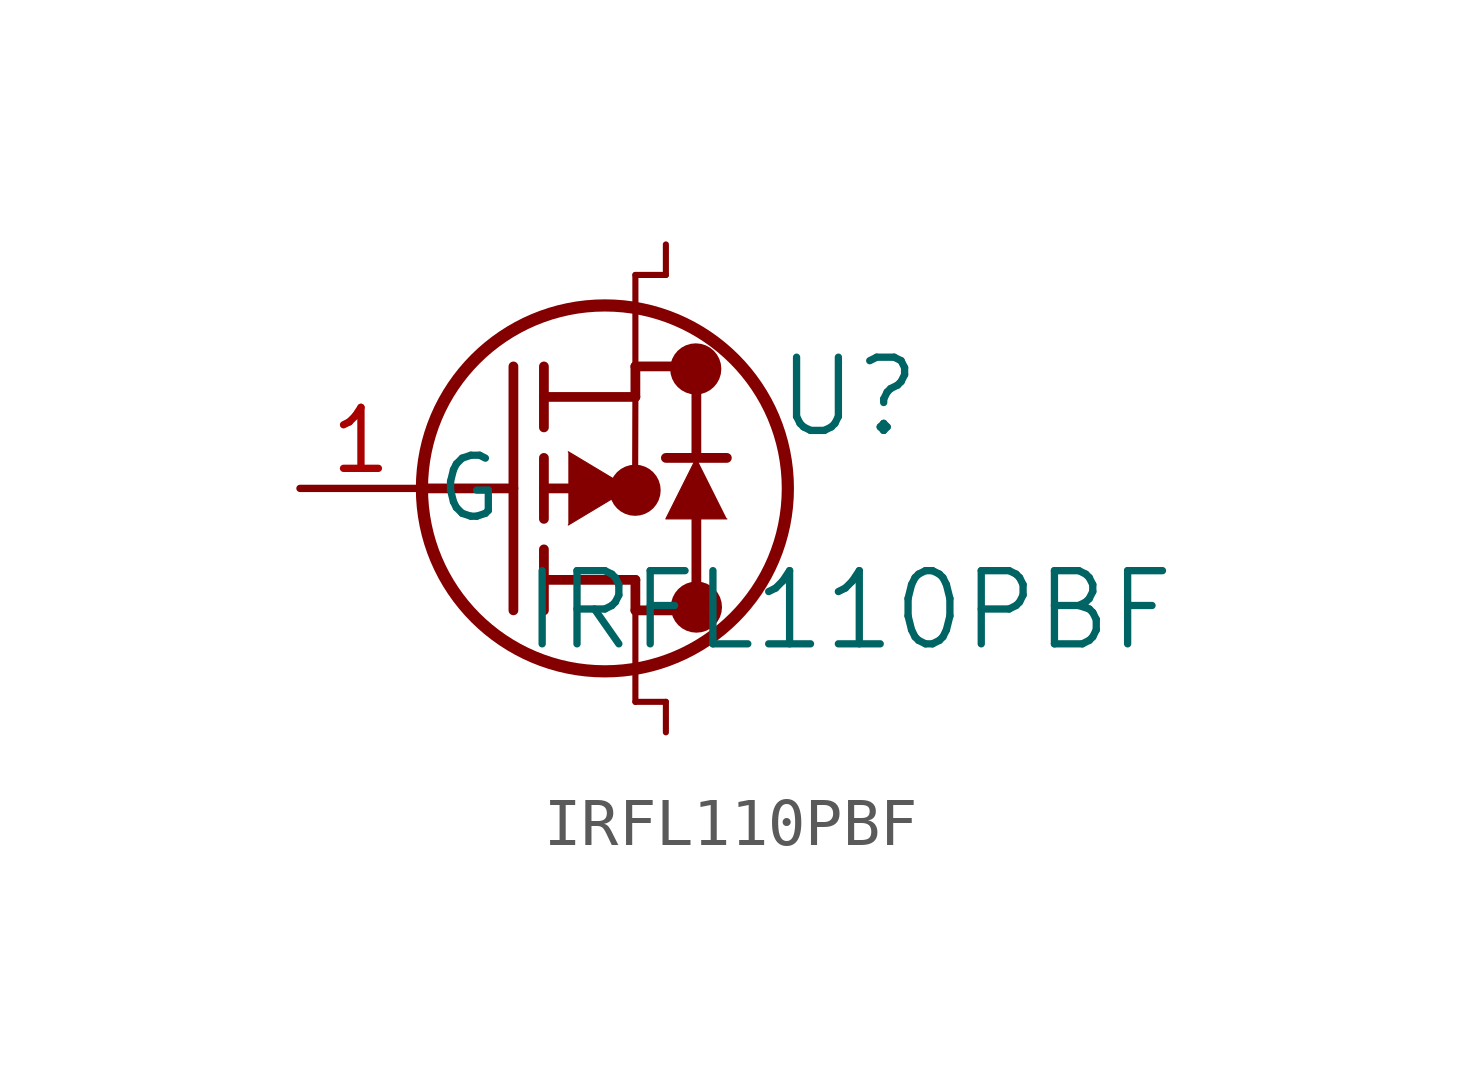
<source format=kicad_sym>
(kicad_symbol_lib
  (version 20211014)
  (generator kicad_symbol_editor)
  (symbol "IRFL110PBF"
    (pin_names
      (offset 0.254))
    (property "Reference" "U"
      (at 11.43 1.905 0)
      (effects (font (size 1.524 1.524))))
    (property "Value" "IRFL110PBF"
      (at 11.43 -2.54 0)
      (effects (font (size 1.524 1.524))))
    (symbol "IRFL110PBF_0_1"
      (circle (center 8.242 2.488) (radius 0.025) (stroke (width 0.508) (type default) (color 0 0 0 0)) (fill (type none)))
      (circle (center 8.256 -2.472) (radius 0.025) (stroke (width 0.508) (type default) (color 0 0 0 0)) (fill (type none)))
      (circle (center 6.979 -0.039) (radius 0.025) (stroke (width 0.508) (type default) (color 0 0 0 0)) (fill (type none)))
      (circle (center 6.35 0) (radius 3.81) (stroke (width 0.254) (type default) (color 0 0 0 0)) (fill (type none)))
      (polyline (pts (xy 2.54 0) (xy 4.445 0)) (stroke (width 0.203) (type default) (color 0 0 0 0)) (fill (type none)))
      (polyline (pts (xy 4.445 -2.54) (xy 4.445 2.54)) (stroke (width 0.203) (type default) (color 0 0 0 0)) (fill (type none)))
      (polyline (pts (xy 5.08 -0.635) (xy 5.08 0.635)) (stroke (width 0.203) (type default) (color 0 0 0 0)) (fill (type none)))
      (polyline (pts (xy 5.08 -2.54) (xy 5.08 -1.27)) (stroke (width 0.203) (type default) (color 0 0 0 0)) (fill (type none)))
      (polyline (pts (xy 5.08 1.27) (xy 5.08 2.54)) (stroke (width 0.203) (type default) (color 0 0 0 0)) (fill (type none)))
      (polyline (pts (xy 5.08 0) (xy 5.842 0)) (stroke (width 0.203) (type default) (color 0 0 0 0)) (fill (type none)))
      (polyline (pts (xy 5.08 -1.905) (xy 6.985 -1.905)) (stroke (width 0.203) (type default) (color 0 0 0 0)) (fill (type none)))
      (polyline (pts (xy 6.985 -2.54) (xy 6.985 -1.905)) (stroke (width 0.203) (type default) (color 0 0 0 0)) (fill (type none)))
      (polyline (pts (xy 6.985 -2.54) (xy 8.255 -2.54)) (stroke (width 0.203) (type default) (color 0 0 0 0)) (fill (type none)))
      (polyline (pts (xy 5.08 1.905) (xy 6.985 1.905)) (stroke (width 0.203) (type default) (color 0 0 0 0)) (fill (type none)))
      (polyline (pts (xy 8.255 0.635) (xy 8.255 2.54)) (stroke (width 0.203) (type default) (color 0 0 0 0)) (fill (type none)))
      (polyline (pts (xy 5.588 0.762) (xy 6.858 0) (xy 5.588 -0.762)) (stroke (width 0.025) (type default) (color 0 0 0 0)) (fill (type outline)))
      (polyline (pts (xy 8.89 -0.635) (xy 7.62 -0.635) (xy 8.255 0.635)) (stroke (width 0.025) (type default) (color 0 0 0 0)) (fill (type outline)))
      (polyline (pts (xy 8.255 -2.54) (xy 8.255 -0.635)) (stroke (width 0.203) (type default) (color 0 0 0 0)) (fill (type none)))
      (polyline (pts (xy 8.89 0.635) (xy 7.62 0.635)) (stroke (width 0.203) (type default) (color 0 0 0 0)) (fill (type none)))
      (polyline (pts (xy 6.985 2.54) (xy 8.255 2.54)) (stroke (width 0.203) (type default) (color 0 0 0 0)) (fill (type none)))
      (polyline (pts (xy 6.985 1.905) (xy 6.985 2.54)) (stroke (width 0.203) (type default) (color 0 0 0 0)) (fill (type none)))
      (polyline (pts (xy 6.985 1.905) (xy 6.979 -0.039)) (stroke (width 0.127) (type default) (color 0 0 0 0)) (fill (type none)))
      (polyline (pts (xy 6.979 -0.039) (xy 6.604 0)) (stroke (width 0.127) (type default) (color 0 0 0 0)) (fill (type none)))
      (polyline (pts (xy 7.62 -4.445) (xy 7.62 -5.08)) (stroke (width 0.127) (type default) (color 0 0 0 0)) (fill (type none)))
      (polyline (pts (xy 7.62 -4.445) (xy 6.985 -4.445)) (stroke (width 0.127) (type default) (color 0 0 0 0)) (fill (type none)))
      (polyline (pts (xy 6.985 -2.54) (xy 6.985 -4.445)) (stroke (width 0.127) (type default) (color 0 0 0 0)) (fill (type none)))
      (polyline (pts (xy 7.62 5.08) (xy 7.62 4.445)) (stroke (width 0.127) (type default) (color 0 0 0 0)) (fill (type none)))
      (polyline (pts (xy 7.62 4.445) (xy 6.985 4.445)) (stroke (width 0.127) (type default) (color 0 0 0 0)) (fill (type none)))
      (polyline (pts (xy 6.985 4.445) (xy 6.985 2.54)) (stroke (width 0.127) (type default) (color 0 0 0 0)) (fill (type none)))
      (pin unspecified line (at 0 0 0) (length 2.54) (name "G" (effects (font (size 1.27 1.27)))) (number "1" (effects (font (size 1.27 1.27))))))))
</source>
